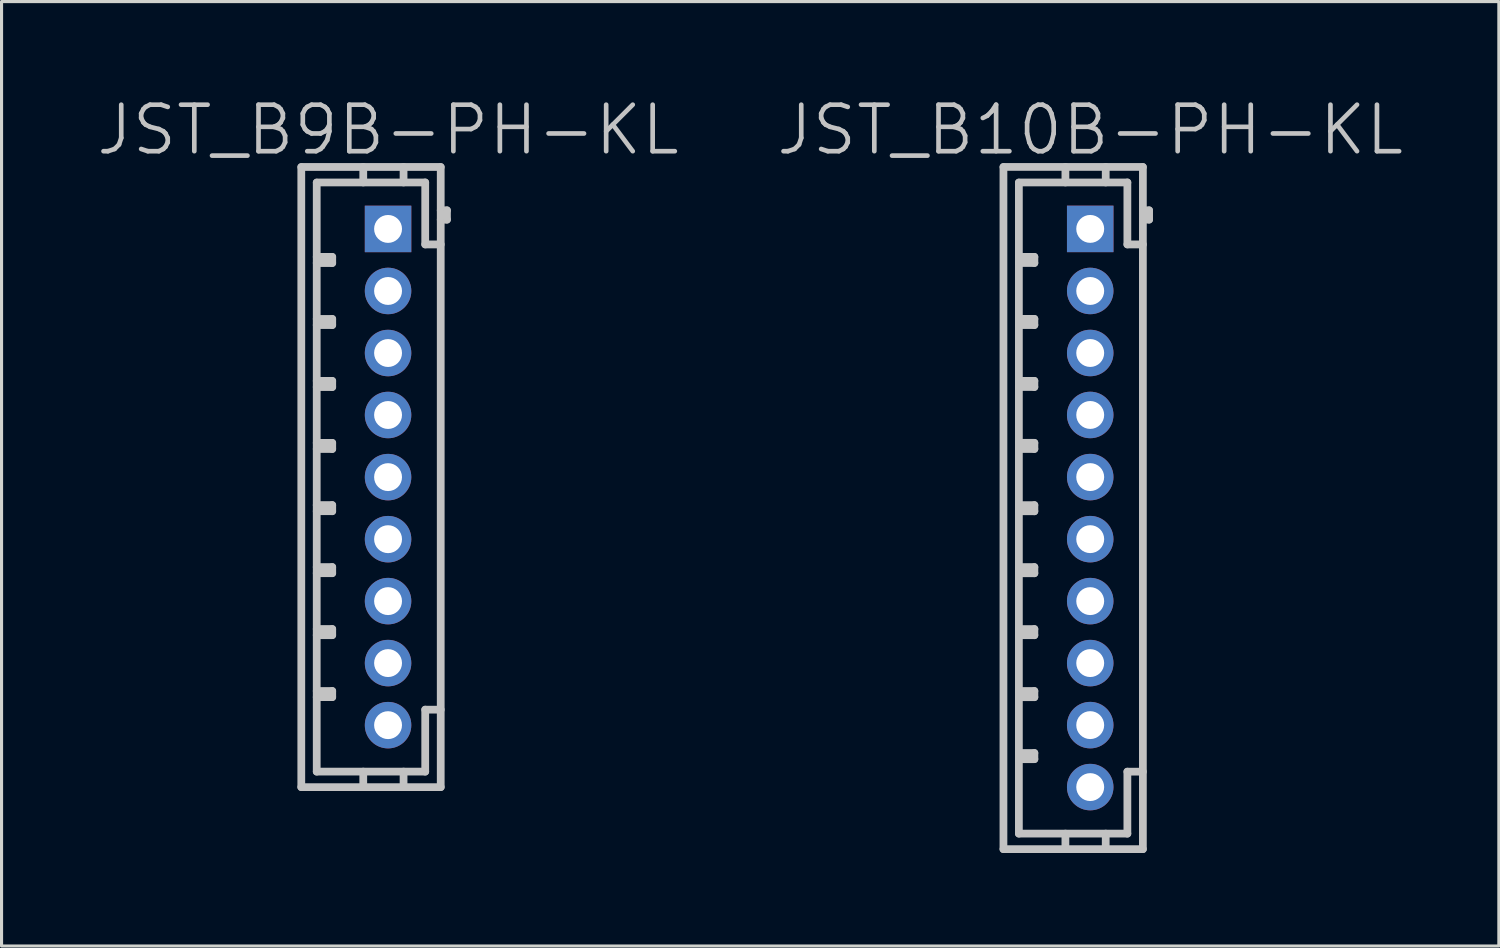
<source format=kicad_pcb>
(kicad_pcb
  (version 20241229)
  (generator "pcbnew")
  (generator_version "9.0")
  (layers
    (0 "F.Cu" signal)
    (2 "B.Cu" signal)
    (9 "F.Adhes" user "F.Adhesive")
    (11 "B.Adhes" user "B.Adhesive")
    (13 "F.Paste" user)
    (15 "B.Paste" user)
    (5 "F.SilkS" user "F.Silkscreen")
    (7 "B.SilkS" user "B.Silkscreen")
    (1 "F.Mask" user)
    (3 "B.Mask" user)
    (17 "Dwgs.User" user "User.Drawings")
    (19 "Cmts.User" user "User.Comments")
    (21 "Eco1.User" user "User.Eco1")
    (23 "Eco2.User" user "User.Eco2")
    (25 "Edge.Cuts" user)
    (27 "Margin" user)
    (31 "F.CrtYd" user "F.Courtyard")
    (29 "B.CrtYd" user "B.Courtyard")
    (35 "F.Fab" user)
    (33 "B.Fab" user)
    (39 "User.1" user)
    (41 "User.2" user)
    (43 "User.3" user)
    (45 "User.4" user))
  (footprint "JST_B10B-PH-KL"
    (layer "F.Cu")
    (at 32.118 13.341)
    (property "Reference" "JST_B10B-PH-KL" (at 0 -12.2 180) (layer "Dwgs.User") (effects (font (size 1.5 1.5) (thickness 0.15))))
    (attr through_hole)
    (fp_line (start -2.799 -11.001) (end -2.799 11.001) (stroke (width 0.25) (type solid)) (layer "Dwgs.User"))
    (fp_line (start -2.301 -8.105) (end -1.801 -8.105) (stroke (width 0.25) (type solid)) (layer "Dwgs.User"))
    (fp_line (start -2.301 -6.104) (end -1.801 -6.104) (stroke (width 0.25) (type solid)) (layer "Dwgs.User"))
    (fp_line (start -2.301 -4.105) (end -1.801 -4.105) (stroke (width 0.25) (type solid)) (layer "Dwgs.User"))
    (fp_line (start -2.301 -2.106) (end -1.801 -2.106) (stroke (width 0.25) (type solid)) (layer "Dwgs.User"))
    (fp_line (start -2.301 -0.097) (end -1.801 -0.097) (stroke (width 0.25) (type solid)) (layer "Dwgs.User"))
    (fp_line (start -2.301 1.902) (end -1.801 1.902) (stroke (width 0.25) (type solid)) (layer "Dwgs.User"))
    (fp_line (start -2.301 3.901) (end -1.801 3.901) (stroke (width 0.25) (type solid)) (layer "Dwgs.User"))
    (fp_line (start -2.301 5.9) (end -1.801 5.9) (stroke (width 0.25) (type solid)) (layer "Dwgs.User"))
    (fp_line (start -2.301 7.899) (end -1.801 7.899) (stroke (width 0.25) (type solid)) (layer "Dwgs.User"))
    (fp_line (start -2.301 10.5) (end -2.301 -10.5) (stroke (width 0.25) (type solid)) (layer "Dwgs.User"))
    (fp_line (start -2.301 10.5) (end 1.199 10.5) (stroke (width 0.25) (type solid)) (layer "Dwgs.User"))
    (fp_line (start -1.801 -8.105) (end -1.801 -7.907) (stroke (width 0.25) (type solid)) (layer "Dwgs.User"))
    (fp_line (start -1.801 -7.907) (end -2.301 -7.907) (stroke (width 0.25) (type solid)) (layer "Dwgs.User"))
    (fp_line (start -1.801 -6.104) (end -1.801 -5.905) (stroke (width 0.25) (type solid)) (layer "Dwgs.User"))
    (fp_line (start -1.801 -5.905) (end -2.301 -5.905) (stroke (width 0.25) (type solid)) (layer "Dwgs.User"))
    (fp_line (start -1.801 -4.105) (end -1.801 -3.907) (stroke (width 0.25) (type solid)) (layer "Dwgs.User"))
    (fp_line (start -1.801 -3.907) (end -2.301 -3.907) (stroke (width 0.25) (type solid)) (layer "Dwgs.User"))
    (fp_line (start -1.801 -2.106) (end -1.801 -1.908) (stroke (width 0.25) (type solid)) (layer "Dwgs.User"))
    (fp_line (start -1.801 -1.908) (end -2.301 -1.908) (stroke (width 0.25) (type solid)) (layer "Dwgs.User"))
    (fp_line (start -1.801 -0.097) (end -1.801 0.102) (stroke (width 0.25) (type solid)) (layer "Dwgs.User"))
    (fp_line (start -1.801 0.102) (end -2.301 0.102) (stroke (width 0.25) (type solid)) (layer "Dwgs.User"))
    (fp_line (start -1.801 1.902) (end -1.801 2.101) (stroke (width 0.25) (type solid)) (layer "Dwgs.User"))
    (fp_line (start -1.801 2.101) (end -2.301 2.101) (stroke (width 0.25) (type solid)) (layer "Dwgs.User"))
    (fp_line (start -1.801 3.901) (end -1.801 4.1) (stroke (width 0.25) (type solid)) (layer "Dwgs.User"))
    (fp_line (start -1.801 4.1) (end -2.301 4.1) (stroke (width 0.25) (type solid)) (layer "Dwgs.User"))
    (fp_line (start -1.801 5.9) (end -1.801 6.099) (stroke (width 0.25) (type solid)) (layer "Dwgs.User"))
    (fp_line (start -1.801 6.099) (end -2.301 6.099) (stroke (width 0.25) (type solid)) (layer "Dwgs.User"))
    (fp_line (start -1.801 7.899) (end -1.801 8.098) (stroke (width 0.25) (type solid)) (layer "Dwgs.User"))
    (fp_line (start -1.801 8.098) (end -2.301 8.098) (stroke (width 0.25) (type solid)) (layer "Dwgs.User"))
    (fp_line (start -0.8 -10.505) (end -0.8 -11.006) (stroke (width 0.25) (type solid)) (layer "Dwgs.User"))
    (fp_line (start -0.8 10.5) (end -0.8 11.001) (stroke (width 0.25) (type solid)) (layer "Dwgs.User"))
    (fp_line (start 0.5 -10.505) (end 0.5 -11.006) (stroke (width 0.25) (type solid)) (layer "Dwgs.User"))
    (fp_line (start 0.5 11.001) (end 0.5 10.5) (stroke (width 0.25) (type solid)) (layer "Dwgs.User"))
    (fp_line (start 1.199 -10.505) (end -2.301 -10.505) (stroke (width 0.25) (type solid)) (layer "Dwgs.User"))
    (fp_line (start 1.199 -8.506) (end 1.199 -10.505) (stroke (width 0.25) (type solid)) (layer "Dwgs.User"))
    (fp_line (start 1.199 8.501) (end 1.699 8.501) (stroke (width 0.25) (type solid)) (layer "Dwgs.User"))
    (fp_line (start 1.199 10.5) (end 1.199 8.501) (stroke (width 0.25) (type solid)) (layer "Dwgs.User"))
    (fp_line (start 1.699 -11.006) (end -2.799 -11.006) (stroke (width 0.25) (type solid)) (layer "Dwgs.User"))
    (fp_line (start 1.699 -11.001) (end 1.699 11.001) (stroke (width 0.25) (type solid)) (layer "Dwgs.User"))
    (fp_line (start 1.699 -9.307) (end 1.9 -9.307) (stroke (width 0.25) (type solid)) (layer "Dwgs.User"))
    (fp_line (start 1.699 -8.506) (end 1.199 -8.506) (stroke (width 0.25) (type solid)) (layer "Dwgs.User"))
    (fp_line (start 1.699 11.001) (end -2.799 11.001) (stroke (width 0.25) (type solid)) (layer "Dwgs.User"))
    (fp_line (start 1.9 -9.606) (end 1.699 -9.606) (stroke (width 0.25) (type solid)) (layer "Dwgs.User"))
    (fp_line (start 1.9 -9.307) (end 1.9 -9.606) (stroke (width 0.25) (type solid)) (layer "Dwgs.User"))
    (pad "1" thru_hole rect (at 0 -9.007) (size 1.5 1.5) (drill 0.9) (layers "*.Cu" "*.Mask"))
    (pad "2" thru_hole circle (at 0 -7.005 270) (size 1.5 1.5) (drill 0.9) (layers "*.Cu" "*.Mask"))
    (pad "3" thru_hole circle (at 0 -5.004 270) (size 1.5 1.5) (drill 0.9) (layers "*.Cu" "*.Mask"))
    (pad "4" thru_hole circle (at 0 -3.005 270) (size 1.5 1.5) (drill 0.9) (layers "*.Cu" "*.Mask"))
    (pad "5" thru_hole circle (at 0 -1.001 270) (size 1.5 1.5) (drill 0.9) (layers "*.Cu" "*.Mask"))
    (pad "6" thru_hole circle (at 0 1.001 270) (size 1.5 1.5) (drill 0.9) (layers "*.Cu" "*.Mask"))
    (pad "7" thru_hole circle (at 0 3 270) (size 1.5 1.5) (drill 0.9) (layers "*.Cu" "*.Mask"))
    (pad "8" thru_hole circle (at 0 4.999 270) (size 1.5 1.5) (drill 0.9) (layers "*.Cu" "*.Mask"))
    (pad "9" thru_hole circle (at 0 7 270) (size 1.5 1.5) (drill 0.9) (layers "*.Cu" "*.Mask"))
    (pad "10" thru_hole circle (at 0 8.999 270) (size 1.5 1.5) (drill 0.9) (layers "*.Cu" "*.Mask")))
  (footprint "JST_B9B-PH-KL"
    (layer "F.Cu")
    (at 9.468 12.341)
    (property "Reference" "JST_B9B-PH-KL" (at 0 -11.2 180) (layer "Dwgs.User") (effects (font (size 1.5 1.5) (thickness 0.15))))
    (attr through_hole)
    (fp_line (start -2.799 10) (end -2.799 -10) (stroke (width 0.25) (type solid)) (layer "Dwgs.User"))
    (fp_line (start -2.301 -9.5) (end -2.301 9.5) (stroke (width 0.25) (type solid)) (layer "Dwgs.User"))
    (fp_line (start -2.301 -7.104) (end -1.801 -7.104) (stroke (width 0.25) (type solid)) (layer "Dwgs.User"))
    (fp_line (start -2.301 -5.103) (end -1.801 -5.103) (stroke (width 0.25) (type solid)) (layer "Dwgs.User"))
    (fp_line (start -2.301 -3.104) (end -1.801 -3.104) (stroke (width 0.25) (type solid)) (layer "Dwgs.User"))
    (fp_line (start -2.301 -1.105) (end -1.801 -1.105) (stroke (width 0.25) (type solid)) (layer "Dwgs.User"))
    (fp_line (start -2.301 0.902) (end -1.801 0.902) (stroke (width 0.25) (type solid)) (layer "Dwgs.User"))
    (fp_line (start -2.301 2.901) (end -1.801 2.901) (stroke (width 0.25) (type solid)) (layer "Dwgs.User"))
    (fp_line (start -2.301 4.9) (end -1.801 4.9) (stroke (width 0.25) (type solid)) (layer "Dwgs.User"))
    (fp_line (start -2.301 6.899) (end -1.801 6.899) (stroke (width 0.25) (type solid)) (layer "Dwgs.User"))
    (fp_line (start -2.301 9.5) (end 1.199 9.5) (stroke (width 0.25) (type solid)) (layer "Dwgs.User"))
    (fp_line (start -1.801 -7.104) (end -1.801 -6.906) (stroke (width 0.25) (type solid)) (layer "Dwgs.User"))
    (fp_line (start -1.801 -6.906) (end -2.301 -6.906) (stroke (width 0.25) (type solid)) (layer "Dwgs.User"))
    (fp_line (start -1.801 -5.103) (end -1.801 -4.905) (stroke (width 0.25) (type solid)) (layer "Dwgs.User"))
    (fp_line (start -1.801 -4.905) (end -2.301 -4.905) (stroke (width 0.25) (type solid)) (layer "Dwgs.User"))
    (fp_line (start -1.801 -3.104) (end -1.801 -2.906) (stroke (width 0.25) (type solid)) (layer "Dwgs.User"))
    (fp_line (start -1.801 -2.906) (end -2.301 -2.906) (stroke (width 0.25) (type solid)) (layer "Dwgs.User"))
    (fp_line (start -1.801 -1.105) (end -1.801 -0.907) (stroke (width 0.25) (type solid)) (layer "Dwgs.User"))
    (fp_line (start -1.801 -0.907) (end -2.301 -0.907) (stroke (width 0.25) (type solid)) (layer "Dwgs.User"))
    (fp_line (start -1.801 0.902) (end -1.801 1.1) (stroke (width 0.25) (type solid)) (layer "Dwgs.User"))
    (fp_line (start -1.801 1.1) (end -2.301 1.1) (stroke (width 0.25) (type solid)) (layer "Dwgs.User"))
    (fp_line (start -1.801 2.901) (end -1.801 3.099) (stroke (width 0.25) (type solid)) (layer "Dwgs.User"))
    (fp_line (start -1.801 3.099) (end -2.301 3.099) (stroke (width 0.25) (type solid)) (layer "Dwgs.User"))
    (fp_line (start -1.801 4.9) (end -1.801 5.098) (stroke (width 0.25) (type solid)) (layer "Dwgs.User"))
    (fp_line (start -1.801 5.098) (end -2.301 5.098) (stroke (width 0.25) (type solid)) (layer "Dwgs.User"))
    (fp_line (start -1.801 6.899) (end -1.801 7.097) (stroke (width 0.25) (type solid)) (layer "Dwgs.User"))
    (fp_line (start -1.801 7.097) (end -2.301 7.097) (stroke (width 0.25) (type solid)) (layer "Dwgs.User"))
    (fp_line (start -0.8 -9.505) (end -0.8 -10.005) (stroke (width 0.25) (type solid)) (layer "Dwgs.User"))
    (fp_line (start -0.8 9.5) (end -0.8 10) (stroke (width 0.25) (type solid)) (layer "Dwgs.User"))
    (fp_line (start 0.5 -9.505) (end 0.5 -10.005) (stroke (width 0.25) (type solid)) (layer "Dwgs.User"))
    (fp_line (start 0.5 10) (end 0.5 9.5) (stroke (width 0.25) (type solid)) (layer "Dwgs.User"))
    (fp_line (start 1.199 -9.505) (end -2.301 -9.505) (stroke (width 0.25) (type solid)) (layer "Dwgs.User"))
    (fp_line (start 1.199 -7.506) (end 1.199 -9.505) (stroke (width 0.25) (type solid)) (layer "Dwgs.User"))
    (fp_line (start 1.199 7.501) (end 1.699 7.501) (stroke (width 0.25) (type solid)) (layer "Dwgs.User"))
    (fp_line (start 1.199 9.5) (end 1.199 7.501) (stroke (width 0.25) (type solid)) (layer "Dwgs.User"))
    (fp_line (start 1.699 -10.005) (end -2.799 -10.005) (stroke (width 0.25) (type solid)) (layer "Dwgs.User"))
    (fp_line (start 1.699 -8.306) (end 1.9 -8.306) (stroke (width 0.25) (type solid)) (layer "Dwgs.User"))
    (fp_line (start 1.699 -7.506) (end 1.199 -7.506) (stroke (width 0.25) (type solid)) (layer "Dwgs.User"))
    (fp_line (start 1.699 10) (end -2.799 10) (stroke (width 0.25) (type solid)) (layer "Dwgs.User"))
    (fp_line (start 1.699 10) (end 1.699 -10) (stroke (width 0.25) (type solid)) (layer "Dwgs.User"))
    (fp_line (start 1.9 -8.606) (end 1.699 -8.606) (stroke (width 0.25) (type solid)) (layer "Dwgs.User"))
    (fp_line (start 1.9 -8.306) (end 1.9 -8.606) (stroke (width 0.25) (type solid)) (layer "Dwgs.User"))
    (pad "1" thru_hole rect (at 0 -8.006) (size 1.5 1.5) (drill 0.9) (layers "*.Cu" "*.Mask"))
    (pad "2" thru_hole circle (at 0 -6.005 270) (size 1.5 1.5) (drill 0.9) (layers "*.Cu" "*.Mask"))
    (pad "3" thru_hole circle (at 0 -4.003 270) (size 1.5 1.5) (drill 0.9) (layers "*.Cu" "*.Mask"))
    (pad "4" thru_hole circle (at 0 -2.004 270) (size 1.5 1.5) (drill 0.9) (layers "*.Cu" "*.Mask"))
    (pad "5" thru_hole circle (at 0 0 270) (size 1.5 1.5) (drill 0.9) (layers "*.Cu" "*.Mask"))
    (pad "6" thru_hole circle (at 0 2.002 270) (size 1.5 1.5) (drill 0.9) (layers "*.Cu" "*.Mask"))
    (pad "7" thru_hole circle (at 0 4 270) (size 1.5 1.5) (drill 0.9) (layers "*.Cu" "*.Mask"))
    (pad "8" thru_hole circle (at 0 5.999 270) (size 1.5 1.5) (drill 0.9) (layers "*.Cu" "*.Mask"))
    (pad "9" thru_hole circle (at 0 8.001 270) (size 1.5 1.5) (drill 0.9) (layers "*.Cu" "*.Mask")))
  (gr_rect
    (start -3 -3)
    (end 45.3 27.466)
    (stroke (width 0.1) (type default))
    (fill no)
    (layer "Edge.Cuts")))
</source>
